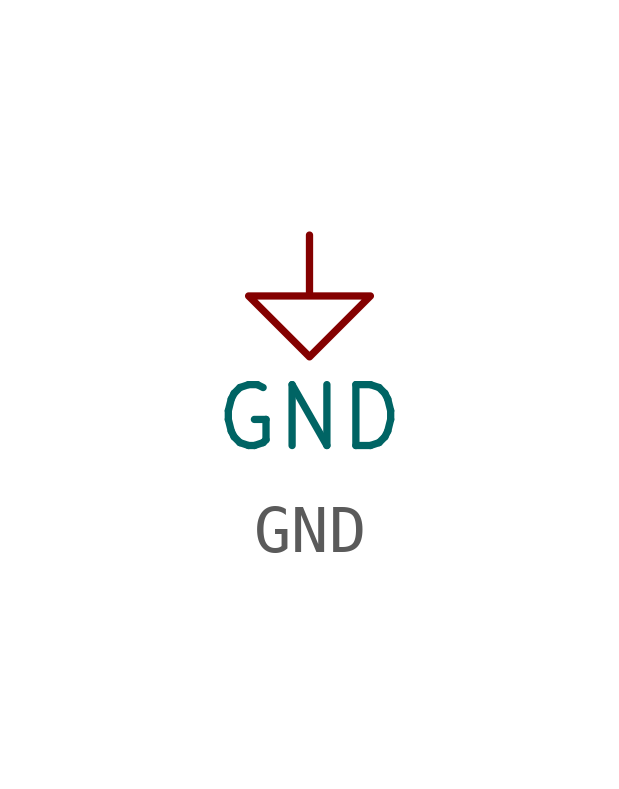
<source format=kicad_sym>
(kicad_symbol_lib
  (version 20211014)
  (generator kicad_symbol_editor)
  (symbol "GND"
    (power)
    (pin_names
      (offset 0))
    (property "Reference" "#PWR"
      (at 0 -5.08 0)
      (effects (font (size 1.27 1.27)) hide))
    (property "Value" "GND"
      (at 0 -3.81 0)
      (effects (font (size 1.27 1.27))))
    (symbol "GND_1_1"
      (polyline (pts (xy 0 0) (xy 0 -1.27) (xy 1.27 -1.27) (xy 0 -2.54) (xy -1.27 -1.27) (xy 0 -1.27)) (stroke (width 0) (type default) (color 0 0 0 0)) (fill (type none)))
      (pin power_in line (at 0 0 270) (length 0) hide (name "GND" (effects (font (size 1.27 1.27)))) (number "1" (effects (font (size 1.27 1.27))))))))
</source>
